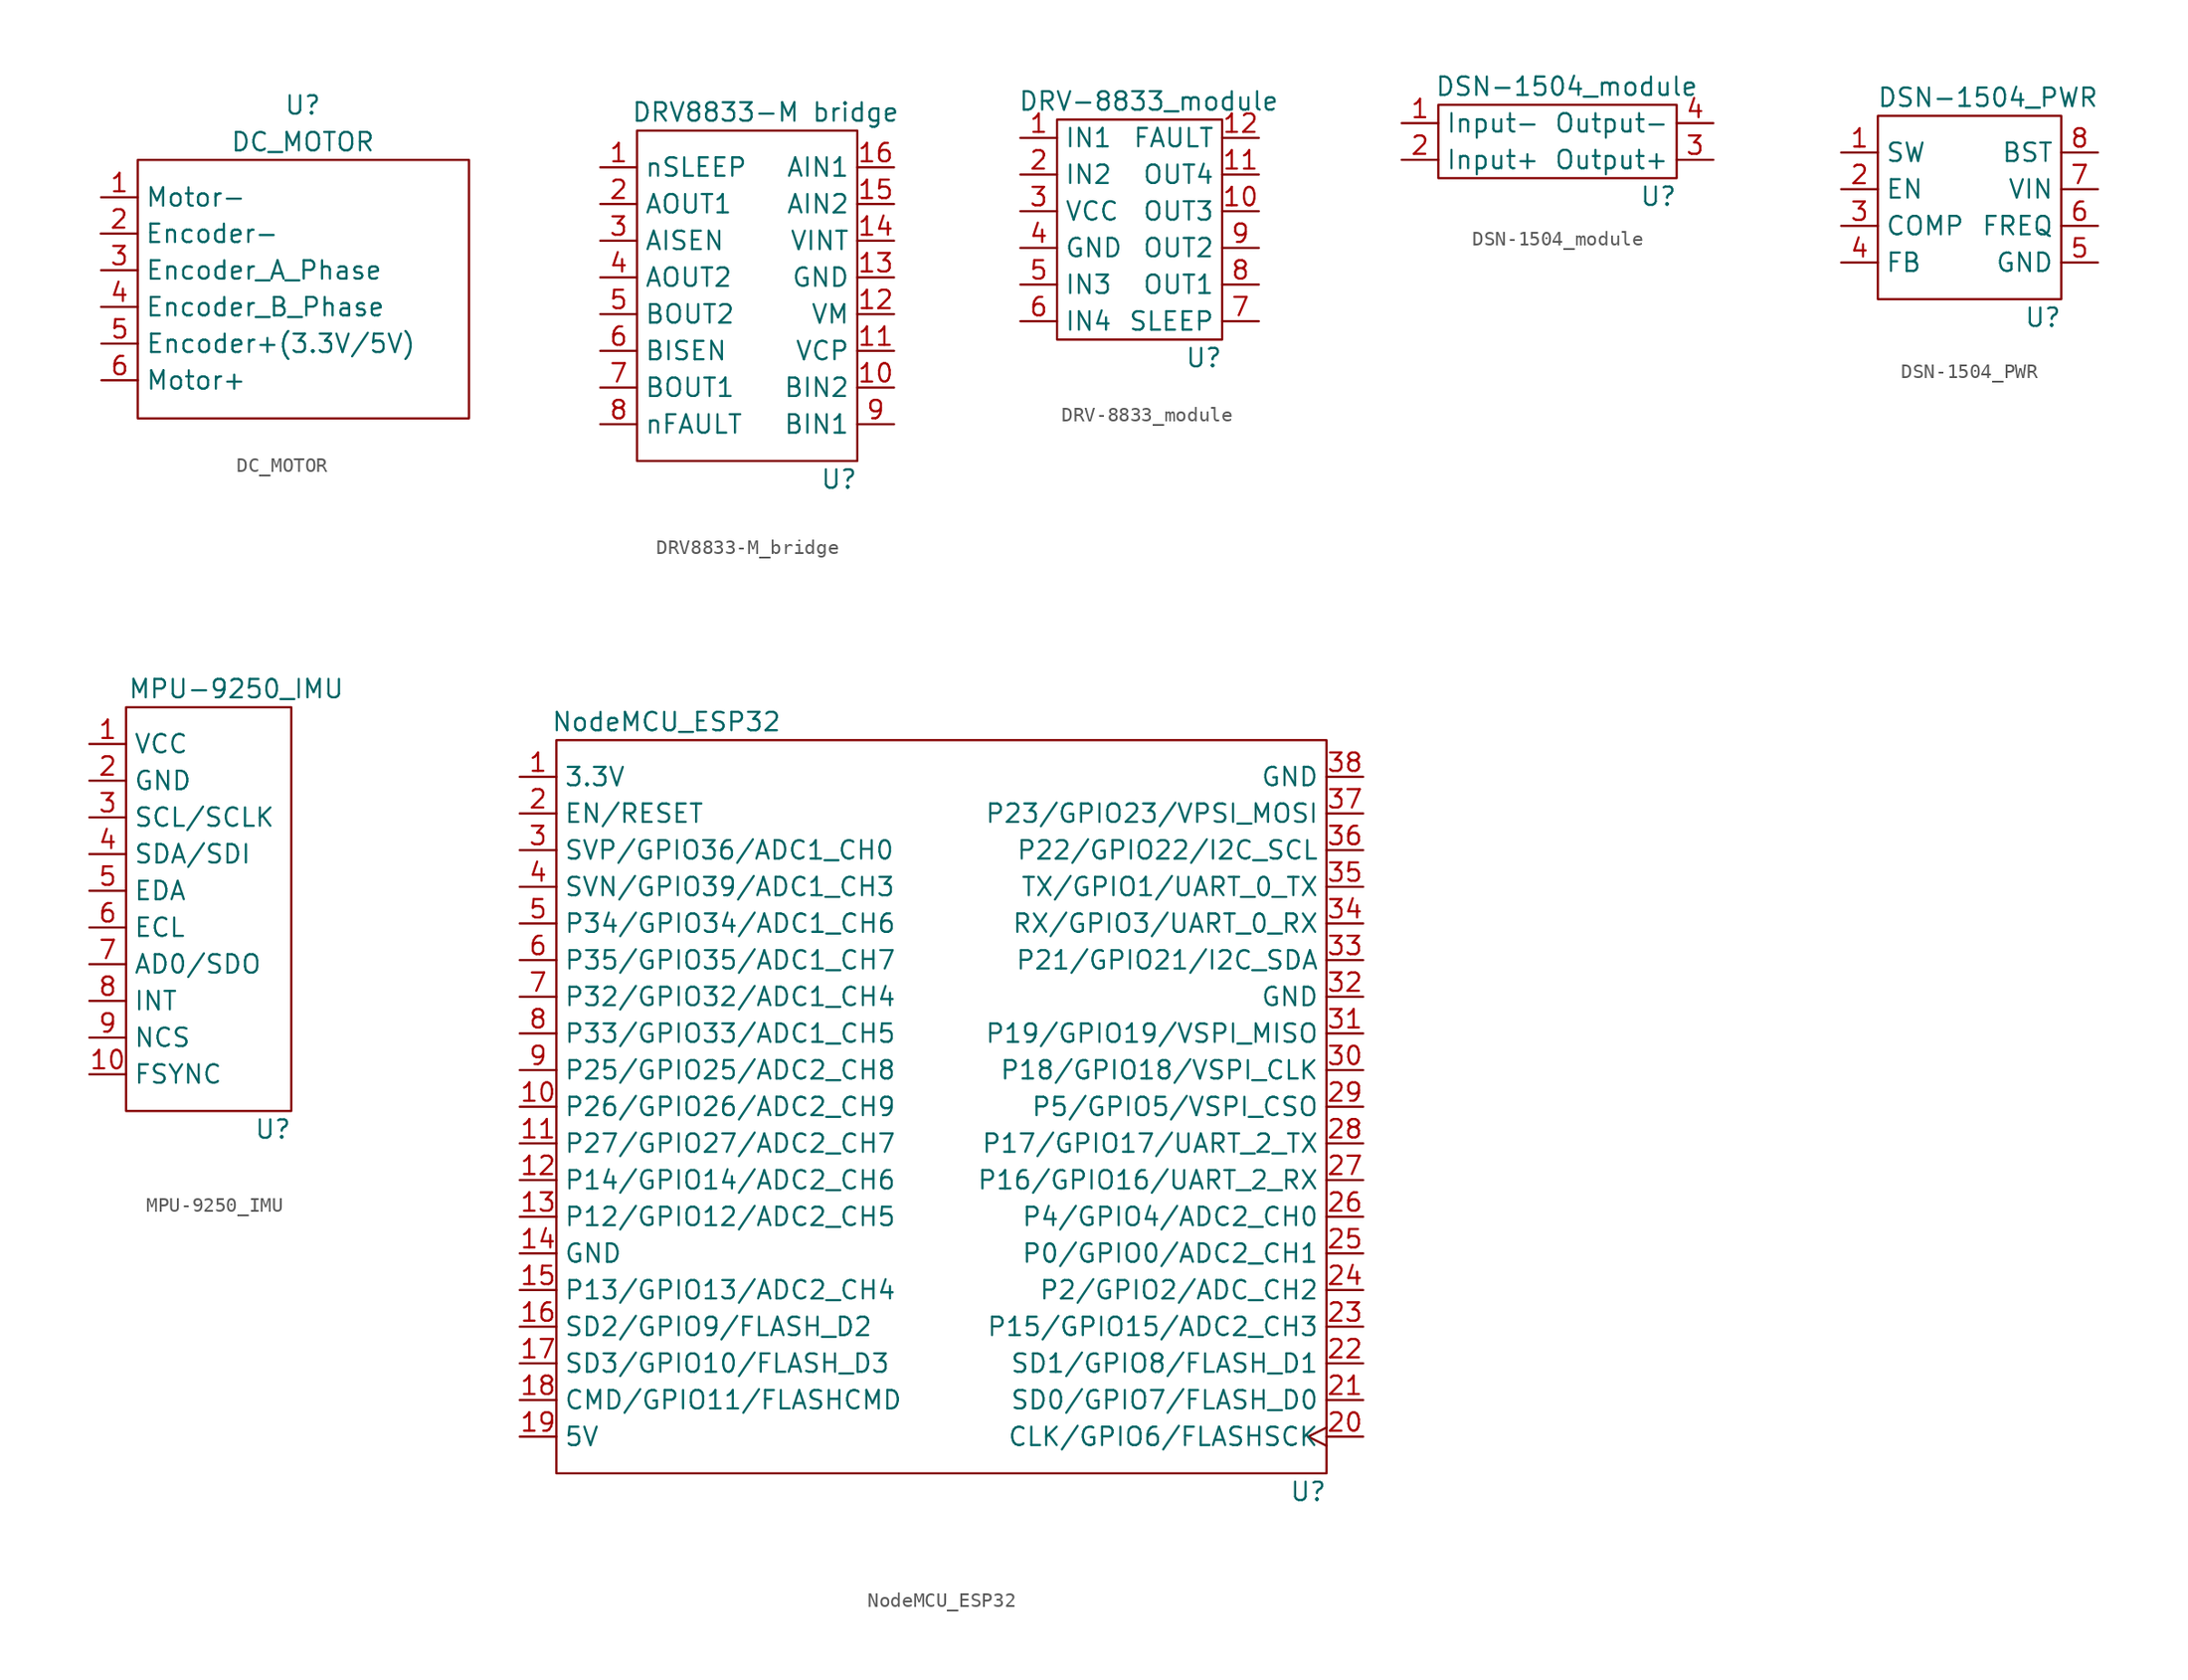
<source format=kicad_sym>
(kicad_symbol_lib
  (version 20231120)
  (generator "kicad_symbol_editor")
  (generator_version "8.0")
  (symbol "DC_MOTOR"
    (property "Reference" "U"
      (at 0 12.7 0)
      (effects (font (size 1.27 1.27))))
    (property "Value" "DC_MOTOR"
      (at 0 10.16 0)
      (effects (font (size 1.27 1.27))))
    (symbol "DC_MOTOR_0_1"
      (rectangle (start -11.43 8.915) (end 11.506 -8.992) (stroke (width 0) (type default)) (fill (type none))))
    (symbol "DC_MOTOR_1_1"
      (pin input line (at -13.97 6.325 0) (length 2.54) (name "Motor-" (effects (font (size 1.27 1.27)))) (number "1" (effects (font (size 1.27 1.27)))))
      (pin power_in line (at -13.995 3.81 0) (length 2.54) (name "Encoder-" (effects (font (size 1.27 1.27)))) (number "2" (effects (font (size 1.27 1.27)))))
      (pin output line (at -13.97 1.27 0) (length 2.54) (name "Encoder_A_Phase" (effects (font (size 1.27 1.27)))) (number "3" (effects (font (size 1.27 1.27)))))
      (pin output line (at -13.97 -1.27 0) (length 2.54) (name "Encoder_B_Phase" (effects (font (size 1.27 1.27)))) (number "4" (effects (font (size 1.27 1.27)))))
      (pin power_in line (at -13.945 -3.81 0) (length 2.54) (name "Encoder+(3.3V/5V)" (effects (font (size 1.27 1.27)))) (number "5" (effects (font (size 1.27 1.27)))))
      (pin input line (at -13.945 -6.35 0) (length 2.54) (name "Motor+" (effects (font (size 1.27 1.27)))) (number "6" (effects (font (size 1.27 1.27)))))))
  (symbol "DRV8833-M_bridge"
    (property "Reference" "U"
      (at 6.35 -12.7 0)
      (effects (font (size 1.27 1.27))))
    (property "Value" "DRV8833-M bridge"
      (at 1.27 12.7 0)
      (effects (font (size 1.27 1.27))))
    (symbol "DRV8833-M_bridge_0_1"
      (rectangle (start -7.62 11.43) (end 7.62 -11.43) (stroke (width 0) (type default)) (fill (type none))))
    (symbol "DRV8833-M_bridge_1_1"
      (pin input line (at -10.16 8.89 0) (length 2.54) (name "nSLEEP" (effects (font (size 1.27 1.27)))) (number "1" (effects (font (size 1.27 1.27)))))
      (pin input line (at 10.16 -6.35 180) (length 2.54) (name "BIN2" (effects (font (size 1.27 1.27)))) (number "10" (effects (font (size 1.27 1.27)))))
      (pin bidirectional line (at 10.16 -3.81 180) (length 2.54) (name "VCP" (effects (font (size 1.27 1.27)))) (number "11" (effects (font (size 1.27 1.27)))))
      (pin output line (at 10.16 -1.27 180) (length 2.54) (name "VM" (effects (font (size 1.27 1.27)))) (number "12" (effects (font (size 1.27 1.27)))))
      (pin output line (at 10.16 1.27 180) (length 2.54) (name "GND" (effects (font (size 1.27 1.27)))) (number "13" (effects (font (size 1.27 1.27)))))
      (pin output line (at 10.16 3.81 180) (length 2.54) (name "VINT" (effects (font (size 1.27 1.27)))) (number "14" (effects (font (size 1.27 1.27)))))
      (pin input line (at 10.16 6.35 180) (length 2.54) (name "AIN2" (effects (font (size 1.27 1.27)))) (number "15" (effects (font (size 1.27 1.27)))))
      (pin input line (at 10.16 8.89 180) (length 2.54) (name "AIN1" (effects (font (size 1.27 1.27)))) (number "16" (effects (font (size 1.27 1.27)))))
      (pin output line (at -10.16 6.35 0) (length 2.54) (name "AOUT1" (effects (font (size 1.27 1.27)))) (number "2" (effects (font (size 1.27 1.27)))))
      (pin bidirectional line (at -10.16 3.81 0) (length 2.54) (name "AISEN" (effects (font (size 1.27 1.27)))) (number "3" (effects (font (size 1.27 1.27)))))
      (pin output line (at -10.16 1.27 0) (length 2.54) (name "AOUT2" (effects (font (size 1.27 1.27)))) (number "4" (effects (font (size 1.27 1.27)))))
      (pin output line (at -10.16 -1.27 0) (length 2.54) (name "BOUT2" (effects (font (size 1.27 1.27)))) (number "5" (effects (font (size 1.27 1.27)))))
      (pin bidirectional line (at -10.16 -3.81 0) (length 2.54) (name "BISEN" (effects (font (size 1.27 1.27)))) (number "6" (effects (font (size 1.27 1.27)))))
      (pin output line (at -10.16 -6.35 0) (length 2.54) (name "BOUT1" (effects (font (size 1.27 1.27)))) (number "7" (effects (font (size 1.27 1.27)))))
      (pin output line (at -10.16 -8.89 0) (length 2.54) (name "nFAULT" (effects (font (size 1.27 1.27)))) (number "8" (effects (font (size 1.27 1.27)))))
      (pin input line (at 10.16 -8.89 180) (length 2.54) (name "BIN1" (effects (font (size 1.27 1.27)))) (number "9" (effects (font (size 1.27 1.27)))))))
  (symbol "DRV-8833_module"
    (property "Reference" "U"
      (at 5.08 -8.89 0)
      (effects (font (size 1.27 1.27))))
    (property "Value" "DRV-8833_module"
      (at 1.27 8.89 0)
      (effects (font (size 1.27 1.27))))
    (symbol "DRV-8833_module_0_1"
      (rectangle (start -5.08 7.62) (end 6.35 -7.62) (stroke (width 0) (type default)) (fill (type none))))
    (symbol "DRV-8833_module_1_1"
      (pin input line (at -7.62 6.35 0) (length 2.54) (name "IN1" (effects (font (size 1.27 1.27)))) (number "1" (effects (font (size 1.27 1.27)))))
      (pin output line (at 8.89 1.27 180) (length 2.54) (name "OUT3" (effects (font (size 1.27 1.27)))) (number "10" (effects (font (size 1.27 1.27)))))
      (pin output line (at 8.89 3.81 180) (length 2.54) (name "OUT4" (effects (font (size 1.27 1.27)))) (number "11" (effects (font (size 1.27 1.27)))))
      (pin bidirectional line (at 8.89 6.35 180) (length 2.54) (name "FAULT" (effects (font (size 1.27 1.27)))) (number "12" (effects (font (size 1.27 1.27)))))
      (pin input line (at -7.62 3.81 0) (length 2.54) (name "IN2" (effects (font (size 1.27 1.27)))) (number "2" (effects (font (size 1.27 1.27)))))
      (pin power_in line (at -7.62 1.27 0) (length 2.54) (name "VCC" (effects (font (size 1.27 1.27)))) (number "3" (effects (font (size 1.27 1.27)))))
      (pin power_in line (at -7.62 -1.27 0) (length 2.54) (name "GND" (effects (font (size 1.27 1.27)))) (number "4" (effects (font (size 1.27 1.27)))))
      (pin input line (at -7.62 -3.81 0) (length 2.54) (name "IN3" (effects (font (size 1.27 1.27)))) (number "5" (effects (font (size 1.27 1.27)))))
      (pin input line (at -7.62 -6.35 0) (length 2.54) (name "IN4" (effects (font (size 1.27 1.27)))) (number "6" (effects (font (size 1.27 1.27)))))
      (pin bidirectional line (at 8.89 -6.35 180) (length 2.54) (name "SLEEP" (effects (font (size 1.27 1.27)))) (number "7" (effects (font (size 1.27 1.27)))))
      (pin output line (at 8.89 -3.81 180) (length 2.54) (name "OUT1" (effects (font (size 1.27 1.27)))) (number "8" (effects (font (size 1.27 1.27)))))
      (pin output line (at 8.89 -1.27 180) (length 2.54) (name "OUT2" (effects (font (size 1.27 1.27)))) (number "9" (effects (font (size 1.27 1.27)))))))
  (symbol "DSN-1504_module"
    (property "Reference" "U"
      (at 7.62 -3.81 0)
      (effects (font (size 1.27 1.27))))
    (property "Value" "DSN-1504_module"
      (at 1.27 3.81 0)
      (effects (font (size 1.27 1.27))))
    (symbol "DSN-1504_module_0_1"
      (rectangle (start -7.62 2.54) (end 8.89 -2.54) (stroke (width 0) (type default)) (fill (type none))))
    (symbol "DSN-1504_module_1_1"
      (pin power_in line (at -10.16 1.27 0) (length 2.54) (name "Input-" (effects (font (size 1.27 1.27)))) (number "1" (effects (font (size 1.27 1.27)))))
      (pin power_in line (at -10.16 -1.27 0) (length 2.54) (name "Input+" (effects (font (size 1.27 1.27)))) (number "2" (effects (font (size 1.27 1.27)))))
      (pin power_out line (at 11.43 -1.27 180) (length 2.54) (name "Output+" (effects (font (size 1.27 1.27)))) (number "3" (effects (font (size 1.27 1.27)))))
      (pin power_in line (at 11.43 1.27 180) (length 2.54) (name "Output-" (effects (font (size 1.27 1.27)))) (number "4" (effects (font (size 1.27 1.27)))))))
  (symbol "DSN-1504_PWR"
    (property "Reference" "U"
      (at 5.08 -7.62 0)
      (effects (font (size 1.27 1.27))))
    (property "Value" "DSN-1504_PWR"
      (at 1.27 7.62 0)
      (effects (font (size 1.27 1.27))))
    (symbol "DSN-1504_PWR_0_1"
      (rectangle (start -6.35 6.35) (end 6.35 -6.35) (stroke (width 0) (type default)) (fill (type none))))
    (symbol "DSN-1504_PWR_1_1"
      (pin output line (at -8.89 3.81 0) (length 2.54) (name "SW" (effects (font (size 1.27 1.27)))) (number "1" (effects (font (size 1.27 1.27)))))
      (pin input line (at -8.89 1.27 0) (length 2.54) (name "EN" (effects (font (size 1.27 1.27)))) (number "2" (effects (font (size 1.27 1.27)))))
      (pin output line (at -8.89 -1.27 0) (length 2.54) (name "COMP" (effects (font (size 1.27 1.27)))) (number "3" (effects (font (size 1.27 1.27)))))
      (pin input line (at -8.89 -3.81 0) (length 2.54) (name "FB" (effects (font (size 1.27 1.27)))) (number "4" (effects (font (size 1.27 1.27)))))
      (pin power_out line (at 8.89 -3.81 180) (length 2.54) (name "GND" (effects (font (size 1.27 1.27)))) (number "5" (effects (font (size 1.27 1.27)))))
      (pin input line (at 8.89 -1.27 180) (length 2.54) (name "FREQ" (effects (font (size 1.27 1.27)))) (number "6" (effects (font (size 1.27 1.27)))))
      (pin power_in line (at 8.89 1.27 180) (length 2.54) (name "VIN" (effects (font (size 1.27 1.27)))) (number "7" (effects (font (size 1.27 1.27)))))
      (pin power_in line (at 8.89 3.81 180) (length 2.54) (name "BST" (effects (font (size 1.27 1.27)))) (number "8" (effects (font (size 1.27 1.27)))))))
  (symbol "MPU-9250_IMU"
    (property "Reference" "U"
      (at 5.08 -16.51 0)
      (effects (font (size 1.27 1.27))))
    (property "Value" "MPU-9250_IMU"
      (at 2.54 13.97 0)
      (effects (font (size 1.27 1.27))))
    (symbol "MPU-9250_IMU_0_1"
      (rectangle (start -5.08 12.7) (end 6.35 -15.24) (stroke (width 0) (type default)) (fill (type none))))
    (symbol "MPU-9250_IMU_1_1"
      (pin power_in line (at -7.62 10.16 0) (length 2.54) (name "VCC" (effects (font (size 1.27 1.27)))) (number "1" (effects (font (size 1.27 1.27)))))
      (pin bidirectional line (at -7.62 -12.7 0) (length 2.54) (name "FSYNC" (effects (font (size 1.27 1.27)))) (number "10" (effects (font (size 1.27 1.27)))))
      (pin power_in line (at -7.62 7.62 0) (length 2.54) (name "GND" (effects (font (size 1.27 1.27)))) (number "2" (effects (font (size 1.27 1.27)))))
      (pin bidirectional line (at -7.62 5.08 0) (length 2.54) (name "SCL/SCLK" (effects (font (size 1.27 1.27)))) (number "3" (effects (font (size 1.27 1.27)))))
      (pin bidirectional line (at -7.62 2.54 0) (length 2.54) (name "SDA/SDI" (effects (font (size 1.27 1.27)))) (number "4" (effects (font (size 1.27 1.27)))))
      (pin bidirectional line (at -7.62 0 0) (length 2.54) (name "EDA" (effects (font (size 1.27 1.27)))) (number "5" (effects (font (size 1.27 1.27)))))
      (pin bidirectional line (at -7.62 -2.54 0) (length 2.54) (name "ECL" (effects (font (size 1.27 1.27)))) (number "6" (effects (font (size 1.27 1.27)))))
      (pin bidirectional line (at -7.62 -5.08 0) (length 2.54) (name "AD0/SDO" (effects (font (size 1.27 1.27)))) (number "7" (effects (font (size 1.27 1.27)))))
      (pin bidirectional line (at -7.62 -7.62 0) (length 2.54) (name "INT" (effects (font (size 1.27 1.27)))) (number "8" (effects (font (size 1.27 1.27)))))
      (pin bidirectional line (at -7.62 -10.16 0) (length 2.54) (name "NCS" (effects (font (size 1.27 1.27)))) (number "9" (effects (font (size 1.27 1.27)))))))
  (symbol "NodeMCU_ESP32"
    (property "Reference" "U"
      (at 25.4 -26.67 0)
      (effects (font (size 1.27 1.27))))
    (property "Value" "NodeMCU_ESP32"
      (at -19.05 26.67 0)
      (effects (font (size 1.27 1.27))))
    (symbol "NodeMCU_ESP32_0_1"
      (rectangle (start -26.67 25.4) (end 26.67 -25.4) (stroke (width 0) (type default)) (fill (type none))))
    (symbol "NodeMCU_ESP32_1_1"
      (pin power_out line (at -29.21 22.86 0) (length 2.54) (name "3.3V" (effects (font (size 1.27 1.27)))) (number "1" (effects (font (size 1.27 1.27)))))
      (pin bidirectional line (at -29.21 0 0) (length 2.54) (name "P26/GPIO26/ADC2_CH9" (effects (font (size 1.27 1.27)))) (number "10" (effects (font (size 1.27 1.27)))))
      (pin bidirectional line (at -29.21 -2.54 0) (length 2.54) (name "P27/GPIO27/ADC2_CH7" (effects (font (size 1.27 1.27)))) (number "11" (effects (font (size 1.27 1.27)))))
      (pin bidirectional line (at -29.21 -5.08 0) (length 2.54) (name "P14/GPIO14/ADC2_CH6" (effects (font (size 1.27 1.27)))) (number "12" (effects (font (size 1.27 1.27)))))
      (pin bidirectional line (at -29.21 -7.62 0) (length 2.54) (name "P12/GPIO12/ADC2_CH5" (effects (font (size 1.27 1.27)))) (number "13" (effects (font (size 1.27 1.27)))))
      (pin power_in line (at -29.21 -10.16 0) (length 2.54) (name "GND" (effects (font (size 1.27 1.27)))) (number "14" (effects (font (size 1.27 1.27)))))
      (pin bidirectional line (at -29.21 -12.7 0) (length 2.54) (name "P13/GPIO13/ADC2_CH4" (effects (font (size 1.27 1.27)))) (number "15" (effects (font (size 1.27 1.27)))))
      (pin bidirectional line (at -29.21 -15.24 0) (length 2.54) (name "SD2/GPIO9/FLASH_D2" (effects (font (size 1.27 1.27)))) (number "16" (effects (font (size 1.27 1.27)))))
      (pin bidirectional line (at -29.21 -17.78 0) (length 2.54) (name "SD3/GPIO10/FLASH_D3" (effects (font (size 1.27 1.27)))) (number "17" (effects (font (size 1.27 1.27)))))
      (pin bidirectional line (at -29.21 -20.32 0) (length 2.54) (name "CMD/GPIO11/FLASHCMD" (effects (font (size 1.27 1.27)))) (number "18" (effects (font (size 1.27 1.27)))))
      (pin power_in line (at -29.21 -22.86 0) (length 2.54) (name "5V" (effects (font (size 1.27 1.27)))) (number "19" (effects (font (size 1.27 1.27)))))
      (pin input line (at -29.21 20.32 0) (length 2.54) (name "EN/RESET" (effects (font (size 1.27 1.27)))) (number "2" (effects (font (size 1.27 1.27)))))
      (pin bidirectional clock (at 29.21 -22.86 180) (length 2.54) (name "CLK/GPIO6/FLASHSCK" (effects (font (size 1.27 1.27)))) (number "20" (effects (font (size 1.27 1.27)))))
      (pin bidirectional line (at 29.21 -20.32 180) (length 2.54) (name "SD0/GPIO7/FLASH_D0" (effects (font (size 1.27 1.27)))) (number "21" (effects (font (size 1.27 1.27)))))
      (pin bidirectional line (at 29.21 -17.78 180) (length 2.54) (name "SD1/GPIO8/FLASH_D1" (effects (font (size 1.27 1.27)))) (number "22" (effects (font (size 1.27 1.27)))))
      (pin bidirectional line (at 29.21 -15.24 180) (length 2.54) (name "P15/GPIO15/ADC2_CH3" (effects (font (size 1.27 1.27)))) (number "23" (effects (font (size 1.27 1.27)))))
      (pin bidirectional line (at 29.21 -12.7 180) (length 2.54) (name "P2/GPIO2/ADC_CH2" (effects (font (size 1.27 1.27)))) (number "24" (effects (font (size 1.27 1.27)))))
      (pin bidirectional line (at 29.21 -10.16 180) (length 2.54) (name "P0/GPIO0/ADC2_CH1" (effects (font (size 1.27 1.27)))) (number "25" (effects (font (size 1.27 1.27)))))
      (pin bidirectional line (at 29.21 -7.62 180) (length 2.54) (name "P4/GPIO4/ADC2_CH0" (effects (font (size 1.27 1.27)))) (number "26" (effects (font (size 1.27 1.27)))))
      (pin bidirectional line (at 29.21 -5.08 180) (length 2.54) (name "P16/GPIO16/UART_2_RX" (effects (font (size 1.27 1.27)))) (number "27" (effects (font (size 1.27 1.27)))))
      (pin bidirectional line (at 29.21 -2.54 180) (length 2.54) (name "P17/GPIO17/UART_2_TX" (effects (font (size 1.27 1.27)))) (number "28" (effects (font (size 1.27 1.27)))))
      (pin bidirectional line (at 29.21 0 180) (length 2.54) (name "P5/GPIO5/VSPI_CSO" (effects (font (size 1.27 1.27)))) (number "29" (effects (font (size 1.27 1.27)))))
      (pin bidirectional line (at -29.21 17.78 0) (length 2.54) (name "SVP/GPIO36/ADC1_CH0" (effects (font (size 1.27 1.27)))) (number "3" (effects (font (size 1.27 1.27)))))
      (pin bidirectional line (at 29.21 2.54 180) (length 2.54) (name "P18/GPIO18/VSPI_CLK" (effects (font (size 1.27 1.27)))) (number "30" (effects (font (size 1.27 1.27)))))
      (pin bidirectional line (at 29.21 5.08 180) (length 2.54) (name "P19/GPIO19/VSPI_MISO" (effects (font (size 1.27 1.27)))) (number "31" (effects (font (size 1.27 1.27)))))
      (pin power_in line (at 29.21 7.62 180) (length 2.54) (name "GND" (effects (font (size 1.27 1.27)))) (number "32" (effects (font (size 1.27 1.27)))))
      (pin bidirectional line (at 29.21 10.16 180) (length 2.54) (name "P21/GPIO21/I2C_SDA" (effects (font (size 1.27 1.27)))) (number "33" (effects (font (size 1.27 1.27)))))
      (pin bidirectional line (at 29.21 12.7 180) (length 2.54) (name "RX/GPIO3/UART_0_RX" (effects (font (size 1.27 1.27)))) (number "34" (effects (font (size 1.27 1.27)))))
      (pin bidirectional line (at 29.21 15.24 180) (length 2.54) (name "TX/GPIO1/UART_0_TX" (effects (font (size 1.27 1.27)))) (number "35" (effects (font (size 1.27 1.27)))))
      (pin bidirectional line (at 29.21 17.78 180) (length 2.54) (name "P22/GPIO22/I2C_SCL" (effects (font (size 1.27 1.27)))) (number "36" (effects (font (size 1.27 1.27)))))
      (pin bidirectional line (at 29.21 20.32 180) (length 2.54) (name "P23/GPIO23/VPSI_MOSI" (effects (font (size 1.27 1.27)))) (number "37" (effects (font (size 1.27 1.27)))))
      (pin power_in line (at 29.21 22.86 180) (length 2.54) (name "GND" (effects (font (size 1.27 1.27)))) (number "38" (effects (font (size 1.27 1.27)))))
      (pin bidirectional line (at -29.21 15.24 0) (length 2.54) (name "SVN/GPIO39/ADC1_CH3" (effects (font (size 1.27 1.27)))) (number "4" (effects (font (size 1.27 1.27)))))
      (pin bidirectional line (at -29.21 12.7 0) (length 2.54) (name "P34/GPIO34/ADC1_CH6" (effects (font (size 1.27 1.27)))) (number "5" (effects (font (size 1.27 1.27)))))
      (pin bidirectional line (at -29.21 10.16 0) (length 2.54) (name "P35/GPIO35/ADC1_CH7" (effects (font (size 1.27 1.27)))) (number "6" (effects (font (size 1.27 1.27)))))
      (pin bidirectional line (at -29.21 7.62 0) (length 2.54) (name "P32/GPIO32/ADC1_CH4" (effects (font (size 1.27 1.27)))) (number "7" (effects (font (size 1.27 1.27)))))
      (pin bidirectional line (at -29.21 5.08 0) (length 2.54) (name "P33/GPIO33/ADC1_CH5" (effects (font (size 1.27 1.27)))) (number "8" (effects (font (size 1.27 1.27)))))
      (pin bidirectional line (at -29.21 2.54 0) (length 2.54) (name "P25/GPIO25/ADC2_CH8" (effects (font (size 1.27 1.27)))) (number "9" (effects (font (size 1.27 1.27))))))))
</source>
